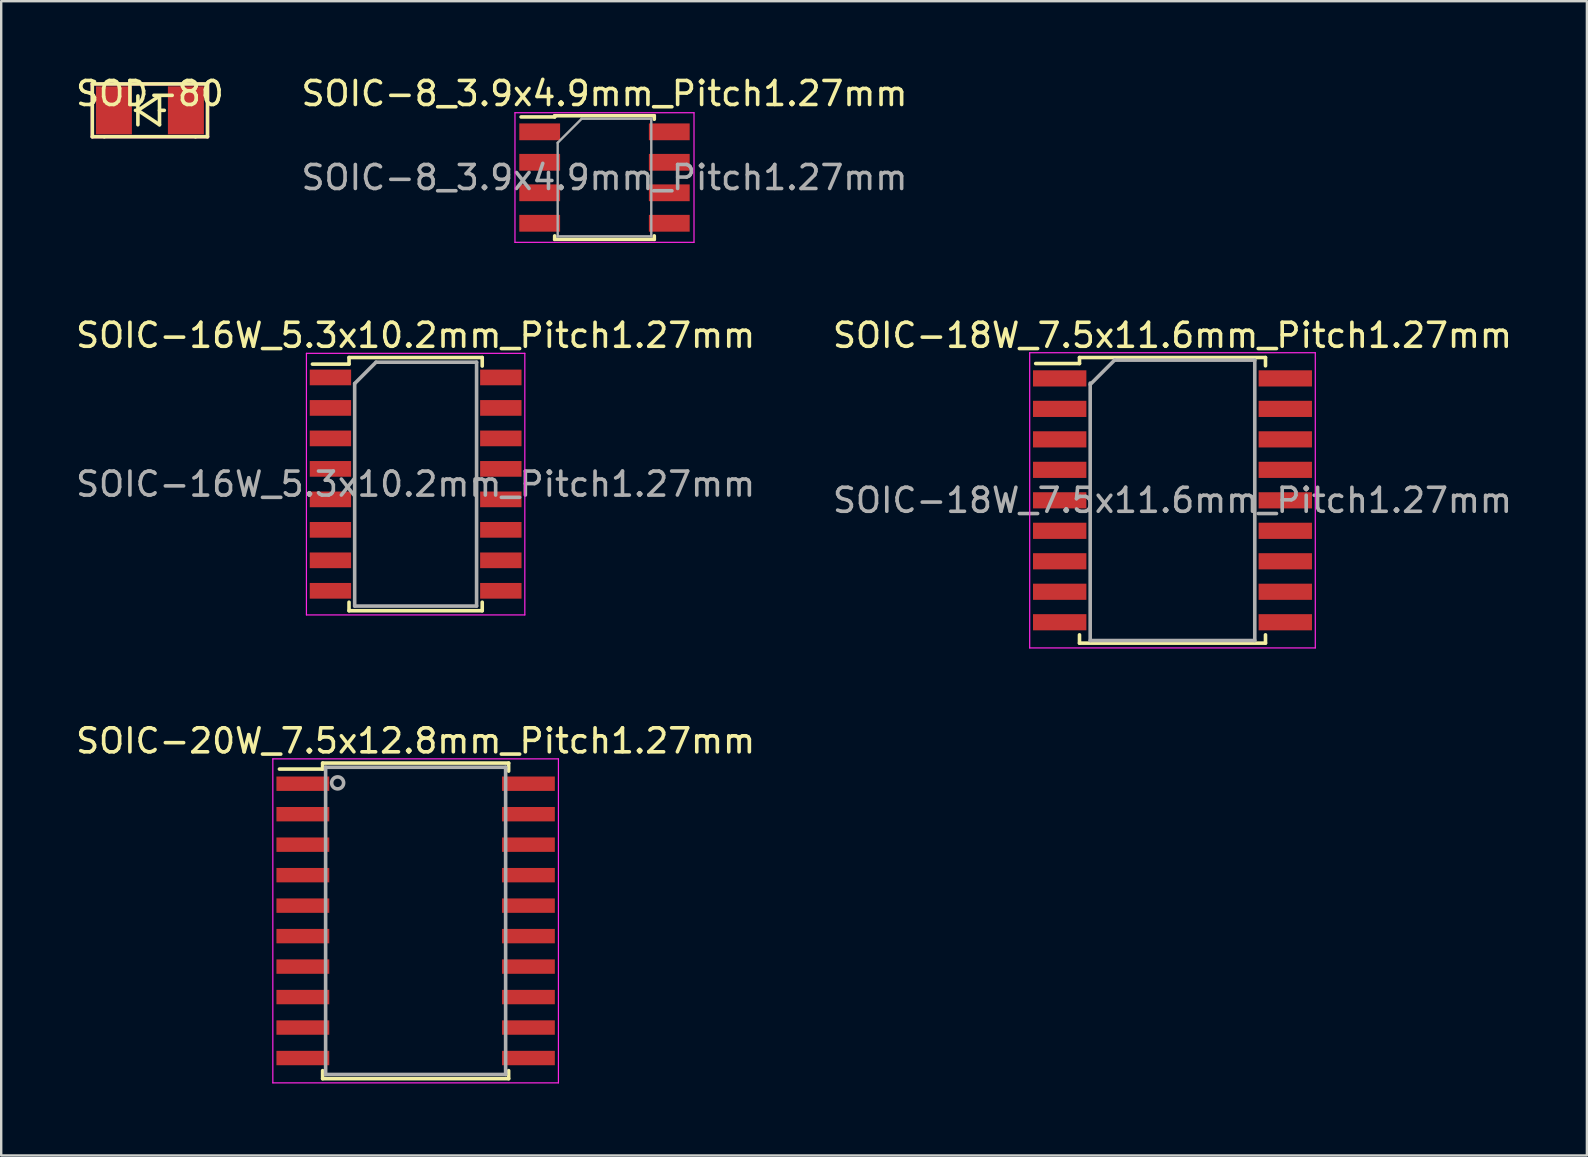
<source format=kicad_pcb>
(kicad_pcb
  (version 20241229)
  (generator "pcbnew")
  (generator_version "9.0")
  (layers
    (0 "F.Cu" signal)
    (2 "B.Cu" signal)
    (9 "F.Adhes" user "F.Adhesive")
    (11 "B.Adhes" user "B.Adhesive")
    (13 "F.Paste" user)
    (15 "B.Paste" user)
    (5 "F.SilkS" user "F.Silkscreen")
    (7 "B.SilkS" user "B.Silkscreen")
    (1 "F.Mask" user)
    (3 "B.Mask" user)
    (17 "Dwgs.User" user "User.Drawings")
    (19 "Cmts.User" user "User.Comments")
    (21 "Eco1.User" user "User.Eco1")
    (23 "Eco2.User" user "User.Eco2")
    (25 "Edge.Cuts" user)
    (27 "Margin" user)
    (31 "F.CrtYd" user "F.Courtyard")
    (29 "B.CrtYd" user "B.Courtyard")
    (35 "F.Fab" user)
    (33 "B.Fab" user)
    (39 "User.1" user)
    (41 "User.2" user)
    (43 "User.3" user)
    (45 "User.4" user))
  (footprint "SOIC-8_3.9x4.9mm_Pitch1.27mm"
    (layer "F.Cu")
    (at 22.137 4.348)
    (property "Reference" "SOIC-8_3.9x4.9mm_Pitch1.27mm" (at 0 -3.5 0) (layer "F.SilkS") (effects (font (size 1 1) (thickness 0.15))))
    (attr smd)
    (fp_line (start -2.075 -2.575) (end -2.075 -2.525) (stroke (width 0.15) (type solid)) (layer "F.SilkS"))
    (fp_line (start -2.075 -2.575) (end 2.075 -2.575) (stroke (width 0.15) (type solid)) (layer "F.SilkS"))
    (fp_line (start -2.075 -2.525) (end -3.475 -2.525) (stroke (width 0.15) (type solid)) (layer "F.SilkS"))
    (fp_line (start -2.075 2.575) (end -2.075 2.43) (stroke (width 0.15) (type solid)) (layer "F.SilkS"))
    (fp_line (start -2.075 2.575) (end 2.075 2.575) (stroke (width 0.15) (type solid)) (layer "F.SilkS"))
    (fp_line (start 2.075 -2.575) (end 2.075 -2.43) (stroke (width 0.15) (type solid)) (layer "F.SilkS"))
    (fp_line (start 2.075 2.575) (end 2.075 2.43) (stroke (width 0.15) (type solid)) (layer "F.SilkS"))
    (fp_line (start -3.73 -2.7) (end -3.73 2.7) (stroke (width 0.05) (type solid)) (layer "F.CrtYd"))
    (fp_line (start -3.73 -2.7) (end 3.73 -2.7) (stroke (width 0.05) (type solid)) (layer "F.CrtYd"))
    (fp_line (start -3.73 2.7) (end 3.73 2.7) (stroke (width 0.05) (type solid)) (layer "F.CrtYd"))
    (fp_line (start 3.73 -2.7) (end 3.73 2.7) (stroke (width 0.05) (type solid)) (layer "F.CrtYd"))
    (fp_line (start -1.95 -1.45) (end -0.95 -2.45) (stroke (width 0.1) (type solid)) (layer "F.Fab"))
    (fp_line (start -1.95 2.45) (end -1.95 -1.45) (stroke (width 0.1) (type solid)) (layer "F.Fab"))
    (fp_line (start -0.95 -2.45) (end 1.95 -2.45) (stroke (width 0.1) (type solid)) (layer "F.Fab"))
    (fp_line (start 1.95 -2.45) (end 1.95 2.45) (stroke (width 0.1) (type solid)) (layer "F.Fab"))
    (fp_line (start 1.95 2.45) (end -1.95 2.45) (stroke (width 0.1) (type solid)) (layer "F.Fab"))
    (fp_text user "${REFERENCE}" (at 0 0 0) (layer "F.Fab") (effects (font (size 1 1) (thickness 0.15))))
    (pad "1" smd rect (at -2.7 -1.905) (size 1.7 0.7) (layers "F.Cu" "F.Mask" "F.Paste"))
    (pad "2" smd rect (at -2.7 -0.635) (size 1.7 0.7) (layers "F.Cu" "F.Mask" "F.Paste"))
    (pad "3" smd rect (at -2.7 0.635) (size 1.7 0.7) (layers "F.Cu" "F.Mask" "F.Paste"))
    (pad "4" smd rect (at -2.7 1.905) (size 1.7 0.7) (layers "F.Cu" "F.Mask" "F.Paste"))
    (pad "5" smd rect (at 2.7 1.905) (size 1.7 0.7) (layers "F.Cu" "F.Mask" "F.Paste"))
    (pad "6" smd rect (at 2.7 0.635) (size 1.7 0.7) (layers "F.Cu" "F.Mask" "F.Paste"))
    (pad "7" smd rect (at 2.7 -0.635) (size 1.7 0.7) (layers "F.Cu" "F.Mask" "F.Paste"))
    (pad "8" smd rect (at 2.7 -1.905) (size 1.7 0.7) (layers "F.Cu" "F.Mask" "F.Paste")))
  (footprint "SOD-80"
    (layer "F.Cu")
    (at 3.196 1.548)
    (property "Reference" "SOD-80" (at 0 -0.7 0) (layer "F.SilkS") (effects (font (size 1 1) (thickness 0.15))))
    (attr through_hole)
    (fp_line (start -2.4 -1.1) (end 2.4 -1.1) (stroke (width 0.15) (type solid)) (layer "F.SilkS"))
    (fp_line (start -2.4 1.1) (end -2.4 -1.1) (stroke (width 0.15) (type solid)) (layer "F.SilkS"))
    (fp_line (start -1.9 1.1) (end -2.4 1.1) (stroke (width 0.15) (type solid)) (layer "F.SilkS"))
    (fp_line (start -0.5 -0.6) (end -0.5 0.6) (stroke (width 0.15) (type solid)) (layer "F.SilkS"))
    (fp_line (start -0.5 0) (end -0.6 0) (stroke (width 0.15) (type solid)) (layer "F.SilkS"))
    (fp_line (start -0.5 0) (end 0.4 -0.6) (stroke (width 0.15) (type solid)) (layer "F.SilkS"))
    (fp_line (start 0.4 -0.6) (end 0.4 0.6) (stroke (width 0.15) (type solid)) (layer "F.SilkS"))
    (fp_line (start 0.4 0) (end 0.6 0) (stroke (width 0.15) (type solid)) (layer "F.SilkS"))
    (fp_line (start 0.4 0.6) (end -0.5 0) (stroke (width 0.15) (type solid)) (layer "F.SilkS"))
    (fp_line (start 1.9 1.1) (end -1.9 1.1) (stroke (width 0.15) (type solid)) (layer "F.SilkS"))
    (fp_line (start 2.4 -1.1) (end 2.4 1.1) (stroke (width 0.15) (type solid)) (layer "F.SilkS"))
    (fp_line (start 2.4 1.1) (end 1.9 1.1) (stroke (width 0.15) (type solid)) (layer "F.SilkS"))
    (fp_line (start -2.4 -1.1) (end 2.4 -1.1) (stroke (width 0.15) (type solid)) (layer "F.Adhes"))
    (fp_line (start -2.4 -1) (end -2.4 -1.1) (stroke (width 0.15) (type solid)) (layer "F.Adhes"))
    (fp_line (start -2.4 1.1) (end -2.4 -1) (stroke (width 0.15) (type solid)) (layer "F.Adhes"))
    (fp_line (start 2.4 -1.1) (end 2.4 1.1) (stroke (width 0.15) (type solid)) (layer "F.Adhes"))
    (fp_line (start 2.4 1.1) (end -2.4 1.1) (stroke (width 0.15) (type solid)) (layer "F.Adhes"))
    (pad "1" smd rect (at -1.5 0) (size 1.5 2) (layers "F.Cu" "F.Mask" "F.Paste"))
    (pad "2" smd rect (at 1.5 0) (size 1.5 2) (layers "F.Cu" "F.Mask" "F.Paste")))
  (footprint "SOIC-18W_7.5x11.6mm_Pitch1.27mm"
    (layer "F.Cu")
    (at 45.804 17.797)
    (property "Reference" "SOIC-18W_7.5x11.6mm_Pitch1.27mm" (at 0 -6.875 0) (layer "F.SilkS") (effects (font (size 1 1) (thickness 0.15))))
    (attr smd)
    (fp_line (start -3.875 -5.95) (end -3.875 -5.7) (stroke (width 0.15) (type solid)) (layer "F.SilkS"))
    (fp_line (start -3.875 -5.95) (end 3.875 -5.95) (stroke (width 0.15) (type solid)) (layer "F.SilkS"))
    (fp_line (start -3.875 -5.7) (end -5.7 -5.7) (stroke (width 0.15) (type solid)) (layer "F.SilkS"))
    (fp_line (start -3.875 5.95) (end -3.875 5.605) (stroke (width 0.15) (type solid)) (layer "F.SilkS"))
    (fp_line (start -3.875 5.95) (end 3.875 5.95) (stroke (width 0.15) (type solid)) (layer "F.SilkS"))
    (fp_line (start 3.875 -5.95) (end 3.875 -5.605) (stroke (width 0.15) (type solid)) (layer "F.SilkS"))
    (fp_line (start 3.875 5.95) (end 3.875 5.605) (stroke (width 0.15) (type solid)) (layer "F.SilkS"))
    (fp_line (start -5.95 -6.15) (end -5.95 6.15) (stroke (width 0.05) (type solid)) (layer "F.CrtYd"))
    (fp_line (start -5.95 -6.15) (end 5.95 -6.15) (stroke (width 0.05) (type solid)) (layer "F.CrtYd"))
    (fp_line (start -5.95 6.15) (end 5.95 6.15) (stroke (width 0.05) (type solid)) (layer "F.CrtYd"))
    (fp_line (start 5.95 -6.15) (end 5.95 6.15) (stroke (width 0.05) (type solid)) (layer "F.CrtYd"))
    (fp_line (start -3.429 -4.826) (end -2.413 -5.842) (stroke (width 0.15) (type solid)) (layer "F.Fab"))
    (fp_line (start -3.429 5.842) (end -3.429 -4.885) (stroke (width 0.15) (type solid)) (layer "F.Fab"))
    (fp_line (start -2.413 -5.842) (end 3.429 -5.842) (stroke (width 0.15) (type solid)) (layer "F.Fab"))
    (fp_line (start 3.429 -5.842) (end 3.429 5.842) (stroke (width 0.15) (type solid)) (layer "F.Fab"))
    (fp_line (start 3.429 5.842) (end -3.429 5.842) (stroke (width 0.15) (type solid)) (layer "F.Fab"))
    (fp_text user "${REFERENCE}" (at 0 0 0) (layer "F.Fab") (effects (font (size 1 1) (thickness 0.15))))
    (pad "1" smd rect (at -4.7 -5.08) (size 2.224 0.674) (layers "F.Cu" "F.Mask" "F.Paste"))
    (pad "2" smd rect (at -4.7 -3.81) (size 2.224 0.674) (layers "F.Cu" "F.Mask" "F.Paste"))
    (pad "3" smd rect (at -4.7 -2.54) (size 2.224 0.674) (layers "F.Cu" "F.Mask" "F.Paste"))
    (pad "4" smd rect (at -4.7 -1.27) (size 2.224 0.674) (layers "F.Cu" "F.Mask" "F.Paste"))
    (pad "5" smd rect (at -4.7 0) (size 2.224 0.674) (layers "F.Cu" "F.Mask" "F.Paste"))
    (pad "6" smd rect (at -4.7 1.27) (size 2.224 0.674) (layers "F.Cu" "F.Mask" "F.Paste"))
    (pad "7" smd rect (at -4.7 2.54) (size 2.224 0.674) (layers "F.Cu" "F.Mask" "F.Paste"))
    (pad "8" smd rect (at -4.7 3.81) (size 2.224 0.674) (layers "F.Cu" "F.Mask" "F.Paste"))
    (pad "9" smd rect (at -4.7 5.08) (size 2.224 0.674) (layers "F.Cu" "F.Mask" "F.Paste"))
    (pad "10" smd rect (at 4.7 5.08) (size 2.224 0.674) (layers "F.Cu" "F.Mask" "F.Paste"))
    (pad "11" smd rect (at 4.7 3.81) (size 2.224 0.674) (layers "F.Cu" "F.Mask" "F.Paste"))
    (pad "12" smd rect (at 4.7 2.54) (size 2.224 0.674) (layers "F.Cu" "F.Mask" "F.Paste"))
    (pad "13" smd rect (at 4.7 1.27) (size 2.224 0.674) (layers "F.Cu" "F.Mask" "F.Paste"))
    (pad "14" smd rect (at 4.7 0) (size 2.224 0.674) (layers "F.Cu" "F.Mask" "F.Paste"))
    (pad "15" smd rect (at 4.7 -1.27) (size 2.224 0.674) (layers "F.Cu" "F.Mask" "F.Paste"))
    (pad "16" smd rect (at 4.7 -2.54) (size 2.224 0.674) (layers "F.Cu" "F.Mask" "F.Paste"))
    (pad "17" smd rect (at 4.7 -3.81) (size 2.224 0.674) (layers "F.Cu" "F.Mask" "F.Paste"))
    (pad "18" smd rect (at 4.7 -5.08) (size 2.224 0.674) (layers "F.Cu" "F.Mask" "F.Paste")))
  (footprint "SOIC-20W_7.5x12.8mm_Pitch1.27mm"
    (layer "F.Cu")
    (at 14.268 35.32)
    (property "Reference" "SOIC-20W_7.5x12.8mm_Pitch1.27mm" (at 0 -7.5 0) (layer "F.SilkS") (effects (font (size 1 1) (thickness 0.15))))
    (attr smd)
    (fp_line (start -3.875 -6.575) (end -3.875 -6.325) (stroke (width 0.15) (type solid)) (layer "F.SilkS"))
    (fp_line (start -3.875 -6.575) (end 3.875 -6.575) (stroke (width 0.15) (type solid)) (layer "F.SilkS"))
    (fp_line (start -3.875 -6.325) (end -5.675 -6.325) (stroke (width 0.15) (type solid)) (layer "F.SilkS"))
    (fp_line (start -3.875 6.575) (end -3.875 6.24) (stroke (width 0.15) (type solid)) (layer "F.SilkS"))
    (fp_line (start -3.875 6.575) (end 3.875 6.575) (stroke (width 0.15) (type solid)) (layer "F.SilkS"))
    (fp_line (start 3.875 -6.575) (end 3.875 -6.24) (stroke (width 0.15) (type solid)) (layer "F.SilkS"))
    (fp_line (start 3.875 6.575) (end 3.875 6.24) (stroke (width 0.15) (type solid)) (layer "F.SilkS"))
    (fp_line (start -5.95 -6.75) (end -5.95 6.75) (stroke (width 0.05) (type solid)) (layer "F.CrtYd"))
    (fp_line (start -5.95 -6.75) (end 5.95 -6.75) (stroke (width 0.05) (type solid)) (layer "F.CrtYd"))
    (fp_line (start -5.95 6.75) (end 5.95 6.75) (stroke (width 0.05) (type solid)) (layer "F.CrtYd"))
    (fp_line (start 5.95 -6.75) (end 5.95 6.75) (stroke (width 0.05) (type solid)) (layer "F.CrtYd"))
    (fp_line (start -3.75 -6.4) (end -3.75 6.4) (stroke (width 0.15) (type solid)) (layer "F.Fab"))
    (fp_line (start -3.75 6.4) (end 3.75 6.4) (stroke (width 0.15) (type solid)) (layer "F.Fab"))
    (fp_line (start 3.75 -6.4) (end -3.75 -6.4) (stroke (width 0.15) (type solid)) (layer "F.Fab"))
    (fp_line (start 3.75 6.4) (end 3.75 -6.4) (stroke (width 0.15) (type solid)) (layer "F.Fab"))
    (fp_circle (center -3.25 -5.75) (end -3.5 -5.75) (stroke (width 0.15) (type solid)) (fill no) (layer "F.Fab"))
    (pad "1" smd rect (at -4.7 -5.715) (size 2.2 0.6) (layers "F.Cu" "F.Mask" "F.Paste"))
    (pad "2" smd rect (at -4.7 -4.445) (size 2.2 0.6) (layers "F.Cu" "F.Mask" "F.Paste"))
    (pad "3" smd rect (at -4.7 -3.175) (size 2.2 0.6) (layers "F.Cu" "F.Mask" "F.Paste"))
    (pad "4" smd rect (at -4.7 -1.905) (size 2.2 0.6) (layers "F.Cu" "F.Mask" "F.Paste"))
    (pad "5" smd rect (at -4.7 -0.635) (size 2.2 0.6) (layers "F.Cu" "F.Mask" "F.Paste"))
    (pad "6" smd rect (at -4.7 0.635) (size 2.2 0.6) (layers "F.Cu" "F.Mask" "F.Paste"))
    (pad "7" smd rect (at -4.7 1.905) (size 2.2 0.6) (layers "F.Cu" "F.Mask" "F.Paste"))
    (pad "8" smd rect (at -4.7 3.175) (size 2.2 0.6) (layers "F.Cu" "F.Mask" "F.Paste"))
    (pad "9" smd rect (at -4.7 4.445) (size 2.2 0.6) (layers "F.Cu" "F.Mask" "F.Paste"))
    (pad "10" smd rect (at -4.7 5.715) (size 2.2 0.6) (layers "F.Cu" "F.Mask" "F.Paste"))
    (pad "11" smd rect (at 4.7 5.715) (size 2.2 0.6) (layers "F.Cu" "F.Mask" "F.Paste"))
    (pad "12" smd rect (at 4.7 4.445) (size 2.2 0.6) (layers "F.Cu" "F.Mask" "F.Paste"))
    (pad "13" smd rect (at 4.7 3.175) (size 2.2 0.6) (layers "F.Cu" "F.Mask" "F.Paste"))
    (pad "14" smd rect (at 4.7 1.905) (size 2.2 0.6) (layers "F.Cu" "F.Mask" "F.Paste"))
    (pad "15" smd rect (at 4.7 0.635) (size 2.2 0.6) (layers "F.Cu" "F.Mask" "F.Paste"))
    (pad "16" smd rect (at 4.7 -0.635) (size 2.2 0.6) (layers "F.Cu" "F.Mask" "F.Paste"))
    (pad "17" smd rect (at 4.7 -1.905) (size 2.2 0.6) (layers "F.Cu" "F.Mask" "F.Paste"))
    (pad "18" smd rect (at 4.7 -3.175) (size 2.2 0.6) (layers "F.Cu" "F.Mask" "F.Paste"))
    (pad "19" smd rect (at 4.7 -4.445) (size 2.2 0.6) (layers "F.Cu" "F.Mask" "F.Paste"))
    (pad "20" smd rect (at 4.7 -5.715) (size 2.2 0.6) (layers "F.Cu" "F.Mask" "F.Paste")))
  (footprint "SOIC-16W_5.3x10.2mm_Pitch1.27mm"
    (layer "F.Cu")
    (at 14.268 17.122)
    (property "Reference" "SOIC-16W_5.3x10.2mm_Pitch1.27mm" (at 0 -6.2 0) (layer "F.SilkS") (effects (font (size 1 1) (thickness 0.15))))
    (attr smd)
    (fp_line (start -2.775 -5.275) (end -2.775 -5) (stroke (width 0.15) (type solid)) (layer "F.SilkS"))
    (fp_line (start -2.775 -5.275) (end 2.775 -5.275) (stroke (width 0.15) (type solid)) (layer "F.SilkS"))
    (fp_line (start -2.775 -5) (end -4.3 -5) (stroke (width 0.15) (type solid)) (layer "F.SilkS"))
    (fp_line (start -2.775 5.275) (end -2.775 4.92) (stroke (width 0.15) (type solid)) (layer "F.SilkS"))
    (fp_line (start -2.775 5.275) (end 2.775 5.275) (stroke (width 0.15) (type solid)) (layer "F.SilkS"))
    (fp_line (start 2.775 -5.275) (end 2.775 -4.92) (stroke (width 0.15) (type solid)) (layer "F.SilkS"))
    (fp_line (start 2.775 5.275) (end 2.775 4.92) (stroke (width 0.15) (type solid)) (layer "F.SilkS"))
    (fp_line (start -4.55 -5.45) (end -4.55 5.45) (stroke (width 0.05) (type solid)) (layer "F.CrtYd"))
    (fp_line (start -4.55 -5.45) (end 4.55 -5.45) (stroke (width 0.05) (type solid)) (layer "F.CrtYd"))
    (fp_line (start -4.55 5.45) (end 4.55 5.45) (stroke (width 0.05) (type solid)) (layer "F.CrtYd"))
    (fp_line (start 4.55 -5.45) (end 4.55 5.45) (stroke (width 0.05) (type solid)) (layer "F.CrtYd"))
    (fp_line (start -2.54 -4.191) (end -1.651 -5.08) (stroke (width 0.15) (type solid)) (layer "F.Fab"))
    (fp_line (start -2.54 5.08) (end -2.54 -4.191) (stroke (width 0.15) (type solid)) (layer "F.Fab"))
    (fp_line (start -1.651 -5.08) (end 2.54 -5.08) (stroke (width 0.15) (type solid)) (layer "F.Fab"))
    (fp_line (start 2.54 -5.08) (end 2.54 5.08) (stroke (width 0.15) (type solid)) (layer "F.Fab"))
    (fp_line (start 2.54 5.08) (end -2.54 5.08) (stroke (width 0.15) (type solid)) (layer "F.Fab"))
    (fp_text user "${REFERENCE}" (at 0 0 0) (layer "F.Fab") (effects (font (size 1 1) (thickness 0.15))))
    (pad "1" smd rect (at -3.55 -4.445) (size 1.724 0.654) (layers "F.Cu" "F.Mask" "F.Paste"))
    (pad "2" smd rect (at -3.55 -3.175) (size 1.724 0.654) (layers "F.Cu" "F.Mask" "F.Paste"))
    (pad "3" smd rect (at -3.55 -1.905) (size 1.724 0.654) (layers "F.Cu" "F.Mask" "F.Paste"))
    (pad "4" smd rect (at -3.55 -0.635) (size 1.724 0.654) (layers "F.Cu" "F.Mask" "F.Paste"))
    (pad "5" smd rect (at -3.55 0.635) (size 1.724 0.654) (layers "F.Cu" "F.Mask" "F.Paste"))
    (pad "6" smd rect (at -3.55 1.905) (size 1.724 0.654) (layers "F.Cu" "F.Mask" "F.Paste"))
    (pad "7" smd rect (at -3.55 3.175) (size 1.724 0.654) (layers "F.Cu" "F.Mask" "F.Paste"))
    (pad "8" smd rect (at -3.55 4.445) (size 1.724 0.654) (layers "F.Cu" "F.Mask" "F.Paste"))
    (pad "9" smd rect (at 3.55 4.445) (size 1.724 0.654) (layers "F.Cu" "F.Mask" "F.Paste"))
    (pad "10" smd rect (at 3.55 3.175) (size 1.724 0.654) (layers "F.Cu" "F.Mask" "F.Paste"))
    (pad "11" smd rect (at 3.55 1.905) (size 1.724 0.654) (layers "F.Cu" "F.Mask" "F.Paste"))
    (pad "12" smd rect (at 3.55 0.635) (size 1.724 0.654) (layers "F.Cu" "F.Mask" "F.Paste"))
    (pad "13" smd rect (at 3.55 -0.635) (size 1.724 0.654) (layers "F.Cu" "F.Mask" "F.Paste"))
    (pad "14" smd rect (at 3.55 -1.905) (size 1.724 0.654) (layers "F.Cu" "F.Mask" "F.Paste"))
    (pad "15" smd rect (at 3.55 -3.175) (size 1.724 0.654) (layers "F.Cu" "F.Mask" "F.Paste"))
    (pad "16" smd rect (at 3.55 -4.445) (size 1.724 0.654) (layers "F.Cu" "F.Mask" "F.Paste")))
  (gr_rect
    (start -3 -3)
    (end 63.071 45.095)
    (stroke (width 0.1) (type default))
    (fill no)
    (layer "Edge.Cuts")))
</source>
